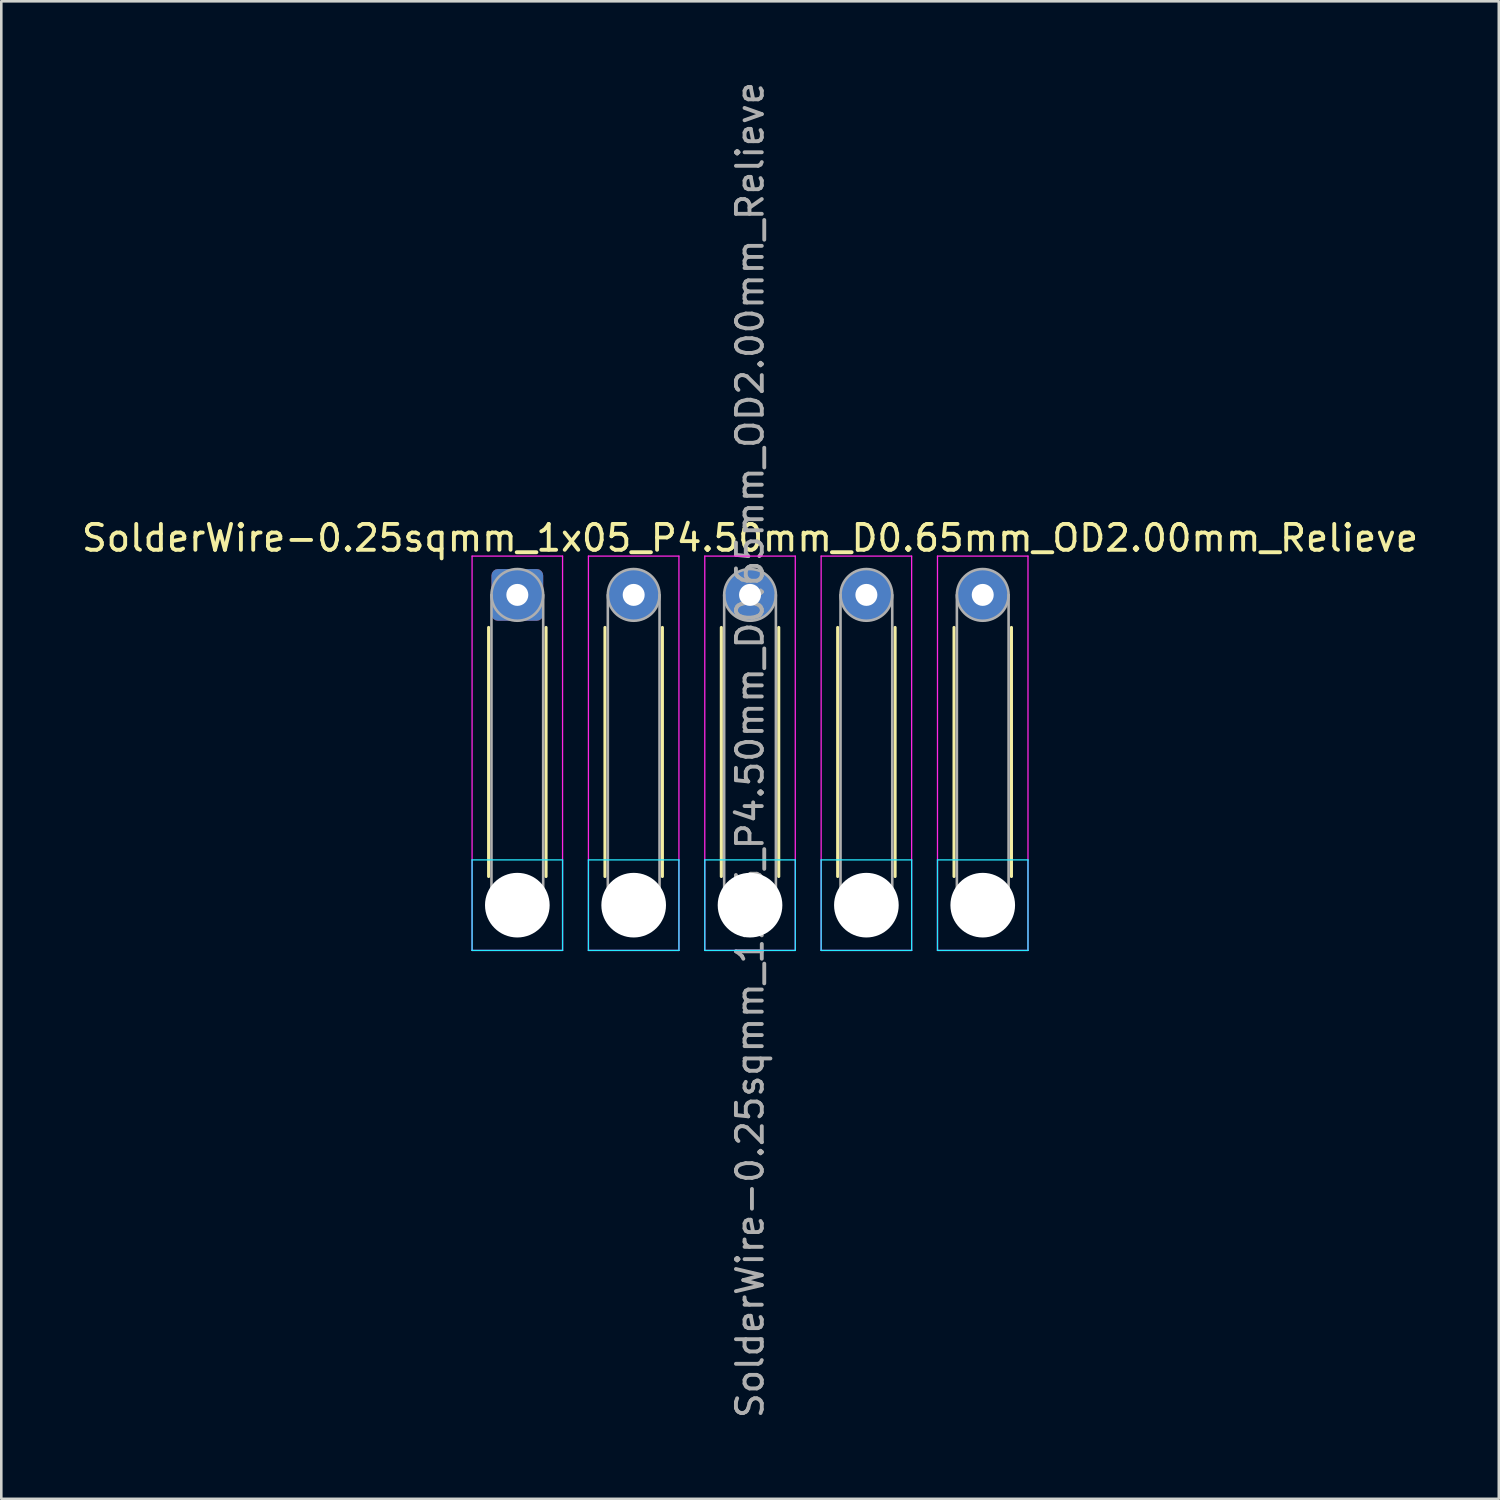
<source format=kicad_pcb>
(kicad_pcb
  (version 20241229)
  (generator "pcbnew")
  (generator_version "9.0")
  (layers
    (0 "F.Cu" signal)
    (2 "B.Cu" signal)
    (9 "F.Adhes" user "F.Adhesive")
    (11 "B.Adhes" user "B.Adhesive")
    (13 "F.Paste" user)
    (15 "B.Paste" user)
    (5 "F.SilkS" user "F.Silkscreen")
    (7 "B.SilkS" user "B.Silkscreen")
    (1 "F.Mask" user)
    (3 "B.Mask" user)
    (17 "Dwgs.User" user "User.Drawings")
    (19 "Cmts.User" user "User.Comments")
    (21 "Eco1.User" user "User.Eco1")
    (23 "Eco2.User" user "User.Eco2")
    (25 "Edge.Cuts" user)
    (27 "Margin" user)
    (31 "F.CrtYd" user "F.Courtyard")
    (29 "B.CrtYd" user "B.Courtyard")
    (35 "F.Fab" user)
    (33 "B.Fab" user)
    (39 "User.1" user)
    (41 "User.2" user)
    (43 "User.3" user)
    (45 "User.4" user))
  (footprint "SolderWire-0.25sqmm_1x05_P4.50mm_D0.65mm_OD2.00mm_Relieve"
    (layer "F.Cu")
    (at 16.958 19.958)
    (property "Reference" "SolderWire-0.25sqmm_1x05_P4.50mm_D0.65mm_OD2.00mm_Relieve" (at 9 -2.2 0) (layer "F.SilkS") (effects (font (size 1 1) (thickness 0.15))))
    (attr exclude_from_pos_files exclude_from_bom)
    (fp_line (start -1.11 1.26) (end -1.11 10.89) (stroke (width 0.12) (type solid)) (layer "F.SilkS"))
    (fp_line (start 1.11 1.26) (end 1.11 10.89) (stroke (width 0.12) (type solid)) (layer "F.SilkS"))
    (fp_line (start 3.39 1.26) (end 3.39 10.89) (stroke (width 0.12) (type solid)) (layer "F.SilkS"))
    (fp_line (start 5.61 1.26) (end 5.61 10.89) (stroke (width 0.12) (type solid)) (layer "F.SilkS"))
    (fp_line (start 7.89 1.26) (end 7.89 10.89) (stroke (width 0.12) (type solid)) (layer "F.SilkS"))
    (fp_line (start 10.11 1.26) (end 10.11 10.89) (stroke (width 0.12) (type solid)) (layer "F.SilkS"))
    (fp_line (start 12.39 1.26) (end 12.39 10.89) (stroke (width 0.12) (type solid)) (layer "F.SilkS"))
    (fp_line (start 14.61 1.26) (end 14.61 10.89) (stroke (width 0.12) (type solid)) (layer "F.SilkS"))
    (fp_line (start 16.89 1.26) (end 16.89 10.89) (stroke (width 0.12) (type solid)) (layer "F.SilkS"))
    (fp_line (start 19.11 1.26) (end 19.11 10.89) (stroke (width 0.12) (type solid)) (layer "F.SilkS"))
    (fp_line (start -1.75 10.25) (end -1.75 13.75) (stroke (width 0.05) (type solid)) (layer "B.CrtYd"))
    (fp_line (start -1.75 13.75) (end 1.75 13.75) (stroke (width 0.05) (type solid)) (layer "B.CrtYd"))
    (fp_line (start 1.75 10.25) (end -1.75 10.25) (stroke (width 0.05) (type solid)) (layer "B.CrtYd"))
    (fp_line (start 1.75 13.75) (end 1.75 10.25) (stroke (width 0.05) (type solid)) (layer "B.CrtYd"))
    (fp_line (start 2.75 10.25) (end 2.75 13.75) (stroke (width 0.05) (type solid)) (layer "B.CrtYd"))
    (fp_line (start 2.75 13.75) (end 6.25 13.75) (stroke (width 0.05) (type solid)) (layer "B.CrtYd"))
    (fp_line (start 6.25 10.25) (end 2.75 10.25) (stroke (width 0.05) (type solid)) (layer "B.CrtYd"))
    (fp_line (start 6.25 13.75) (end 6.25 10.25) (stroke (width 0.05) (type solid)) (layer "B.CrtYd"))
    (fp_line (start 7.25 10.25) (end 7.25 13.75) (stroke (width 0.05) (type solid)) (layer "B.CrtYd"))
    (fp_line (start 7.25 13.75) (end 10.75 13.75) (stroke (width 0.05) (type solid)) (layer "B.CrtYd"))
    (fp_line (start 10.75 10.25) (end 7.25 10.25) (stroke (width 0.05) (type solid)) (layer "B.CrtYd"))
    (fp_line (start 10.75 13.75) (end 10.75 10.25) (stroke (width 0.05) (type solid)) (layer "B.CrtYd"))
    (fp_line (start 11.75 10.25) (end 11.75 13.75) (stroke (width 0.05) (type solid)) (layer "B.CrtYd"))
    (fp_line (start 11.75 13.75) (end 15.25 13.75) (stroke (width 0.05) (type solid)) (layer "B.CrtYd"))
    (fp_line (start 15.25 10.25) (end 11.75 10.25) (stroke (width 0.05) (type solid)) (layer "B.CrtYd"))
    (fp_line (start 15.25 13.75) (end 15.25 10.25) (stroke (width 0.05) (type solid)) (layer "B.CrtYd"))
    (fp_line (start 16.25 10.25) (end 16.25 13.75) (stroke (width 0.05) (type solid)) (layer "B.CrtYd"))
    (fp_line (start 16.25 13.75) (end 19.75 13.75) (stroke (width 0.05) (type solid)) (layer "B.CrtYd"))
    (fp_line (start 19.75 10.25) (end 16.25 10.25) (stroke (width 0.05) (type solid)) (layer "B.CrtYd"))
    (fp_line (start 19.75 13.75) (end 19.75 10.25) (stroke (width 0.05) (type solid)) (layer "B.CrtYd"))
    (fp_line (start -1.75 -1.5) (end -1.75 13.75) (stroke (width 0.05) (type solid)) (layer "F.CrtYd"))
    (fp_line (start -1.75 13.75) (end 1.75 13.75) (stroke (width 0.05) (type solid)) (layer "F.CrtYd"))
    (fp_line (start 1.75 -1.5) (end -1.75 -1.5) (stroke (width 0.05) (type solid)) (layer "F.CrtYd"))
    (fp_line (start 1.75 13.75) (end 1.75 -1.5) (stroke (width 0.05) (type solid)) (layer "F.CrtYd"))
    (fp_line (start 2.75 -1.5) (end 2.75 13.75) (stroke (width 0.05) (type solid)) (layer "F.CrtYd"))
    (fp_line (start 2.75 13.75) (end 6.25 13.75) (stroke (width 0.05) (type solid)) (layer "F.CrtYd"))
    (fp_line (start 6.25 -1.5) (end 2.75 -1.5) (stroke (width 0.05) (type solid)) (layer "F.CrtYd"))
    (fp_line (start 6.25 13.75) (end 6.25 -1.5) (stroke (width 0.05) (type solid)) (layer "F.CrtYd"))
    (fp_line (start 7.25 -1.5) (end 7.25 13.75) (stroke (width 0.05) (type solid)) (layer "F.CrtYd"))
    (fp_line (start 7.25 13.75) (end 10.75 13.75) (stroke (width 0.05) (type solid)) (layer "F.CrtYd"))
    (fp_line (start 10.75 -1.5) (end 7.25 -1.5) (stroke (width 0.05) (type solid)) (layer "F.CrtYd"))
    (fp_line (start 10.75 13.75) (end 10.75 -1.5) (stroke (width 0.05) (type solid)) (layer "F.CrtYd"))
    (fp_line (start 11.75 -1.5) (end 11.75 13.75) (stroke (width 0.05) (type solid)) (layer "F.CrtYd"))
    (fp_line (start 11.75 13.75) (end 15.25 13.75) (stroke (width 0.05) (type solid)) (layer "F.CrtYd"))
    (fp_line (start 15.25 -1.5) (end 11.75 -1.5) (stroke (width 0.05) (type solid)) (layer "F.CrtYd"))
    (fp_line (start 15.25 13.75) (end 15.25 -1.5) (stroke (width 0.05) (type solid)) (layer "F.CrtYd"))
    (fp_line (start 16.25 -1.5) (end 16.25 13.75) (stroke (width 0.05) (type solid)) (layer "F.CrtYd"))
    (fp_line (start 16.25 13.75) (end 19.75 13.75) (stroke (width 0.05) (type solid)) (layer "F.CrtYd"))
    (fp_line (start 19.75 -1.5) (end 16.25 -1.5) (stroke (width 0.05) (type solid)) (layer "F.CrtYd"))
    (fp_line (start 19.75 13.75) (end 19.75 -1.5) (stroke (width 0.05) (type solid)) (layer "F.CrtYd"))
    (fp_line (start -1 0) (end -1 12) (stroke (width 0.1) (type solid)) (layer "F.Fab"))
    (fp_line (start 1 0) (end 1 12) (stroke (width 0.1) (type solid)) (layer "F.Fab"))
    (fp_line (start 3.5 0) (end 3.5 12) (stroke (width 0.1) (type solid)) (layer "F.Fab"))
    (fp_line (start 5.5 0) (end 5.5 12) (stroke (width 0.1) (type solid)) (layer "F.Fab"))
    (fp_line (start 8 0) (end 8 12) (stroke (width 0.1) (type solid)) (layer "F.Fab"))
    (fp_line (start 10 0) (end 10 12) (stroke (width 0.1) (type solid)) (layer "F.Fab"))
    (fp_line (start 12.5 0) (end 12.5 12) (stroke (width 0.1) (type solid)) (layer "F.Fab"))
    (fp_line (start 14.5 0) (end 14.5 12) (stroke (width 0.1) (type solid)) (layer "F.Fab"))
    (fp_line (start 17 0) (end 17 12) (stroke (width 0.1) (type solid)) (layer "F.Fab"))
    (fp_line (start 19 0) (end 19 12) (stroke (width 0.1) (type solid)) (layer "F.Fab"))
    (fp_circle (center 0 0) (end 1 0) (stroke (width 0.1) (type solid)) (fill no) (layer "F.Fab"))
    (fp_circle (center 0 12) (end 1 12) (stroke (width 0.1) (type solid)) (fill no) (layer "F.Fab"))
    (fp_circle (center 4.5 0) (end 5.5 0) (stroke (width 0.1) (type solid)) (fill no) (layer "F.Fab"))
    (fp_circle (center 4.5 12) (end 5.5 12) (stroke (width 0.1) (type solid)) (fill no) (layer "F.Fab"))
    (fp_circle (center 9 0) (end 10 0) (stroke (width 0.1) (type solid)) (fill no) (layer "F.Fab"))
    (fp_circle (center 9 12) (end 10 12) (stroke (width 0.1) (type solid)) (fill no) (layer "F.Fab"))
    (fp_circle (center 13.5 0) (end 14.5 0) (stroke (width 0.1) (type solid)) (fill no) (layer "F.Fab"))
    (fp_circle (center 13.5 12) (end 14.5 12) (stroke (width 0.1) (type solid)) (fill no) (layer "F.Fab"))
    (fp_circle (center 18 0) (end 19 0) (stroke (width 0.1) (type solid)) (fill no) (layer "F.Fab"))
    (fp_circle (center 18 12) (end 19 12) (stroke (width 0.1) (type solid)) (fill no) (layer "F.Fab"))
    (fp_text user "${REFERENCE}" (at 9 6 90) (layer "F.Fab") (effects (font (size 1 1) (thickness 0.15))))
    (pad "" np_thru_hole circle (at 0 12) (size 2.5 2.5) (drill 2.5) (layers "*.Cu" "*.Mask"))
    (pad "" np_thru_hole circle (at 4.5 12) (size 2.5 2.5) (drill 2.5) (layers "*.Cu" "*.Mask"))
    (pad "" np_thru_hole circle (at 9 12) (size 2.5 2.5) (drill 2.5) (layers "*.Cu" "*.Mask"))
    (pad "" np_thru_hole circle (at 13.5 12) (size 2.5 2.5) (drill 2.5) (layers "*.Cu" "*.Mask"))
    (pad "" np_thru_hole circle (at 18 12) (size 2.5 2.5) (drill 2.5) (layers "*.Cu" "*.Mask"))
    (pad "1" thru_hole roundrect (at 0 0) (size 2 2) (drill 0.85) (layers "*.Cu" "*.Mask") (roundrect_rratio 0.125))
    (pad "2" thru_hole circle (at 4.5 0) (size 2 2) (drill 0.85) (layers "*.Cu" "*.Mask"))
    (pad "3" thru_hole circle (at 9 0) (size 2 2) (drill 0.85) (layers "*.Cu" "*.Mask"))
    (pad "4" thru_hole circle (at 13.5 0) (size 2 2) (drill 0.85) (layers "*.Cu" "*.Mask"))
    (pad "5" thru_hole circle (at 18 0) (size 2 2) (drill 0.85) (layers "*.Cu" "*.Mask")))
  (gr_rect
    (start -3 -3)
    (end 54.917 54.917)
    (stroke (width 0.1) (type default))
    (fill no)
    (layer "Edge.Cuts")))
</source>
